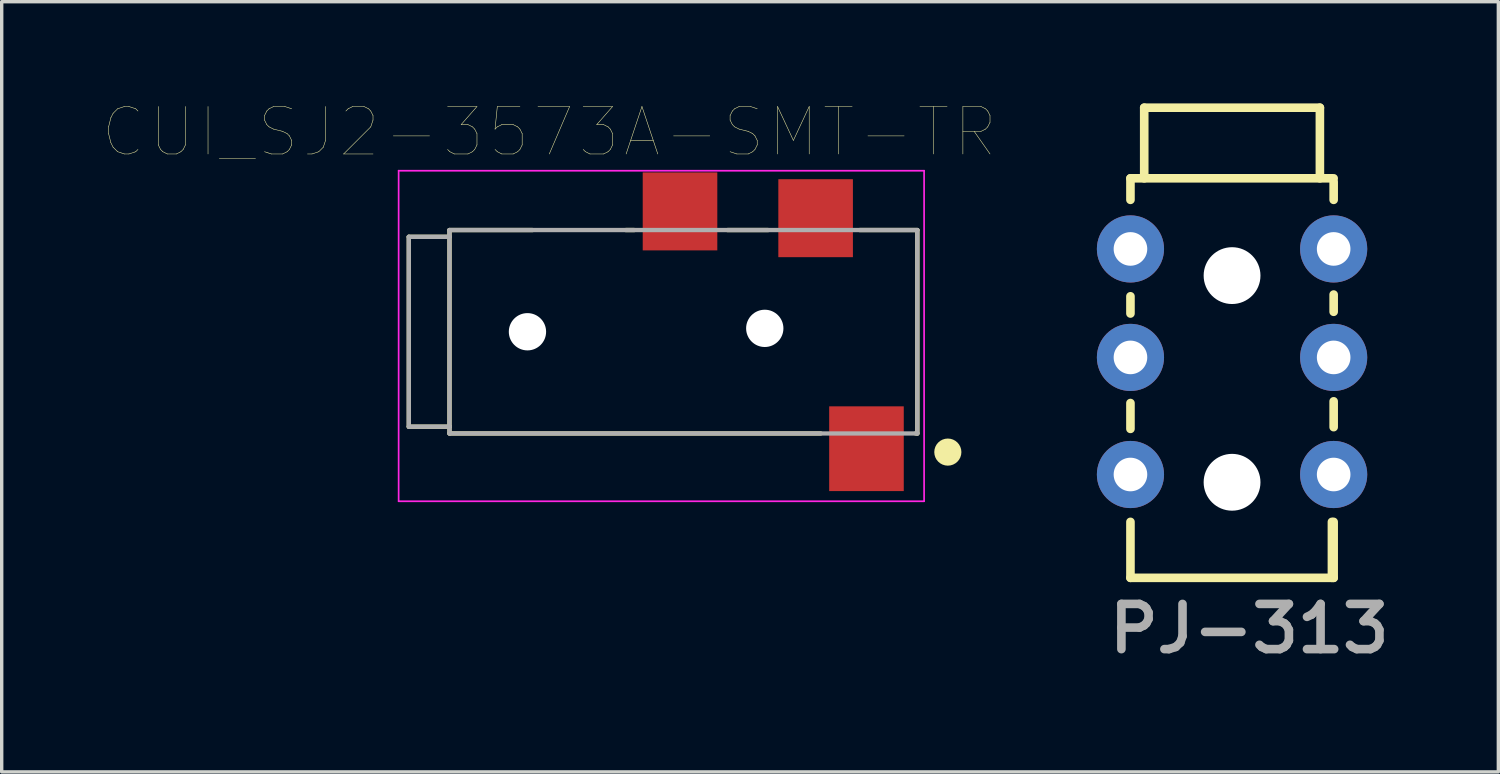
<source format=kicad_pcb>
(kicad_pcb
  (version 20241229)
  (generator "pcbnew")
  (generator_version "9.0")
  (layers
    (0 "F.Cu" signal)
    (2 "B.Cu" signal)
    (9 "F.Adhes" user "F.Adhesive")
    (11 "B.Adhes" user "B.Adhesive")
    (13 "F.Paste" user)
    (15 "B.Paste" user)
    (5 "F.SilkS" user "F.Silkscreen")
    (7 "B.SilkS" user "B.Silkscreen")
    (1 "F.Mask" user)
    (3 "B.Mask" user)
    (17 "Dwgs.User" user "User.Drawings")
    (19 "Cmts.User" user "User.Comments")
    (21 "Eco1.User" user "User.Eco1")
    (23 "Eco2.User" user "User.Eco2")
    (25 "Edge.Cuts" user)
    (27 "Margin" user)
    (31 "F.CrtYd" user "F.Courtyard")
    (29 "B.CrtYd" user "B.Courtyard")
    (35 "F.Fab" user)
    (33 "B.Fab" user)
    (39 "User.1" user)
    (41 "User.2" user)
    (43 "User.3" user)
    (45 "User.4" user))
  (footprint "CUI_SJ2-3573A-SMT-TR"
    (layer "F.Cu")
    (at 17.109 6.736)
    (property "Reference" "CUI_SJ2-3573A-SMT-TR" (at -3.956 -5.891 0) (layer "F.SilkS") (effects (font (size 1.4 1.4) (thickness 0.015))))
    (attr through_hole)
    (fp_line (start -8.1 -2.8) (end -8.1 2.8) (stroke (width 0.127) (type solid)) (layer "F.SilkS"))
    (fp_line (start -8.1 2.8) (end -6.9 2.8) (stroke (width 0.127) (type solid)) (layer "F.SilkS"))
    (fp_line (start -6.9 -3) (end -4.45 -3) (stroke (width 0.127) (type solid)) (layer "F.SilkS"))
    (fp_line (start -6.9 -2.8) (end -8.1 -2.8) (stroke (width 0.127) (type solid)) (layer "F.SilkS"))
    (fp_line (start -6.9 2.8) (end -6.9 -3) (stroke (width 0.127) (type solid)) (layer "F.SilkS"))
    (fp_line (start -6.9 3) (end -6.9 2.8) (stroke (width 0.127) (type solid)) (layer "F.SilkS"))
    (fp_line (start -1.7 -3) (end -1.45 -3) (stroke (width 0.127) (type solid)) (layer "F.SilkS"))
    (fp_line (start 1.3 -3) (end 2.5 -3) (stroke (width 0.127) (type solid)) (layer "F.SilkS"))
    (fp_line (start 4.05 3) (end -6.9 3) (stroke (width 0.127) (type solid)) (layer "F.SilkS"))
    (fp_line (start 5.2 -3) (end 6.9 -3) (stroke (width 0.127) (type solid)) (layer "F.SilkS"))
    (fp_line (start 6.9 -3) (end 6.9 3) (stroke (width 0.127) (type solid)) (layer "F.SilkS"))
    (fp_line (start 6.9 3) (end 6.85 3) (stroke (width 0.127) (type solid)) (layer "F.SilkS"))
    (fp_circle (center 7.8 3.55) (end 8 3.55) (stroke (width 0.4) (type solid)) (fill no) (layer "F.SilkS"))
    (fp_line (start -8.4 -4.75) (end 7.1 -4.75) (stroke (width 0.05) (type solid)) (layer "F.CrtYd"))
    (fp_line (start -8.4 5) (end -8.4 -4.75) (stroke (width 0.05) (type solid)) (layer "F.CrtYd"))
    (fp_line (start 7.1 -4.75) (end 7.1 5) (stroke (width 0.05) (type solid)) (layer "F.CrtYd"))
    (fp_line (start 7.1 5) (end -8.4 5) (stroke (width 0.05) (type solid)) (layer "F.CrtYd"))
    (fp_line (start -8.1 -2.8) (end -8.1 2.8) (stroke (width 0.127) (type solid)) (layer "F.Fab"))
    (fp_line (start -8.1 2.8) (end -6.9 2.8) (stroke (width 0.127) (type solid)) (layer "F.Fab"))
    (fp_line (start -6.9 -3) (end 6.9 -3) (stroke (width 0.127) (type solid)) (layer "F.Fab"))
    (fp_line (start -6.9 -2.8) (end -8.1 -2.8) (stroke (width 0.127) (type solid)) (layer "F.Fab"))
    (fp_line (start -6.9 -2.8) (end -6.9 -3) (stroke (width 0.127) (type solid)) (layer "F.Fab"))
    (fp_line (start -6.9 2.8) (end -6.9 -2.8) (stroke (width 0.127) (type solid)) (layer "F.Fab"))
    (fp_line (start -6.9 3) (end -6.9 2.8) (stroke (width 0.127) (type solid)) (layer "F.Fab"))
    (fp_line (start 6.9 -3) (end 6.9 3) (stroke (width 0.127) (type solid)) (layer "F.Fab"))
    (fp_line (start 6.9 3) (end -6.9 3) (stroke (width 0.127) (type solid)) (layer "F.Fab"))
    (pad "" np_thru_hole circle (at -4.6 0) (size 1.1 1.1) (drill 1.1) (layers "*.Cu" "*.Mask"))
    (pad "" np_thru_hole circle (at 2.4 -0.1) (size 1.1 1.1) (drill 1.1) (layers "*.Cu" "*.Mask"))
    (pad "1" smd rect (at 5.4 3.45) (size 2.2 2.5) (layers "F.Cu" "F.Mask" "F.Paste"))
    (pad "2" smd rect (at 3.9 -3.35) (size 2.2 2.3) (layers "F.Cu" "F.Mask" "F.Paste"))
    (pad "3" smd rect (at -0.1 -3.55) (size 2.2 2.3) (layers "F.Cu" "F.Mask" "F.Paste")))
  (footprint "PJ-313"
    (layer "F.Cu")
    (at 33.293 5.08)
    (property "Reference" "PJ-313" (at 0.508 10.414 0) (unlocked yes) (layer "F.Fab") (effects (font (size 1.333 1.402) (thickness 0.254))))
    (attr smd)
    (fp_line (start -2.997 -2.235) (end -2.997 -2.87) (stroke (width 0.254) (type solid)) (layer "F.SilkS"))
    (fp_line (start -2.997 1.118) (end -2.997 0.61) (stroke (width 0.254) (type solid)) (layer "F.SilkS"))
    (fp_line (start -2.997 4.521) (end -2.997 3.759) (stroke (width 0.254) (type solid)) (layer "F.SilkS"))
    (fp_line (start -2.997 8.915) (end -2.997 7.264) (stroke (width 0.254) (type solid)) (layer "F.SilkS"))
    (fp_line (start -2.591 -2.87) (end -2.591 -4.953) (stroke (width 0.254) (type solid)) (layer "F.SilkS"))
    (fp_line (start 2.591 -4.953) (end -2.591 -4.953) (stroke (width 0.254) (type solid)) (layer "F.SilkS"))
    (fp_line (start 2.591 -2.87) (end 2.591 -4.953) (stroke (width 0.254) (type solid)) (layer "F.SilkS"))
    (fp_line (start 2.946 8.915) (end 2.946 7.264) (stroke (width 0.254) (type solid)) (layer "F.SilkS"))
    (fp_line (start 2.997 -2.87) (end -2.997 -2.87) (stroke (width 0.254) (type solid)) (layer "F.SilkS"))
    (fp_line (start 2.997 -2.235) (end 2.997 -2.769) (stroke (width 0.254) (type solid)) (layer "F.SilkS"))
    (fp_line (start 2.997 1.067) (end 2.997 0.559) (stroke (width 0.254) (type solid)) (layer "F.SilkS"))
    (fp_line (start 2.997 4.47) (end 2.997 3.708) (stroke (width 0.254) (type solid)) (layer "F.SilkS"))
    (fp_line (start 2.997 8.915) (end -2.997 8.915) (stroke (width 0.254) (type solid)) (layer "F.SilkS"))
    (fp_line (start 2.997 8.915) (end 2.997 7.264) (stroke (width 0.254) (type solid)) (layer "F.SilkS"))
    (pad "" np_thru_hole circle (at 0 0 90) (size 1.676 1.676) (drill 1.676) (layers "*.Cu" "*.Mask"))
    (pad "" np_thru_hole circle (at 0 6.096 90) (size 1.676 1.676) (drill 1.676) (layers "*.Cu" "*.Mask"))
    (pad "1" thru_hole circle (at -2.997 -0.787 90) (size 1.981 1.981) (drill 0.991) (layers "*.Cu" "*.Mask"))
    (pad "1" thru_hole circle (at 2.997 -0.787 90) (size 1.981 1.981) (drill 0.991) (layers "*.Cu" "*.Mask"))
    (pad "2" thru_hole circle (at -2.997 5.867 90) (size 1.981 1.981) (drill 0.991) (layers "*.Cu" "*.Mask"))
    (pad "2" thru_hole circle (at 2.997 5.867 90) (size 1.981 1.981) (drill 0.991) (layers "*.Cu" "*.Mask"))
    (pad "3" thru_hole circle (at -2.997 2.413 90) (size 1.981 1.981) (drill 0.991) (layers "*.Cu" "*.Mask"))
    (pad "3" thru_hole circle (at 2.997 2.413 90) (size 1.981 1.981) (drill 0.991) (layers "*.Cu" "*.Mask")))
  (gr_rect
    (start -3 -3)
    (end 41.148 19.72)
    (stroke (width 0.1) (type default))
    (fill no)
    (layer "Edge.Cuts")))
</source>
